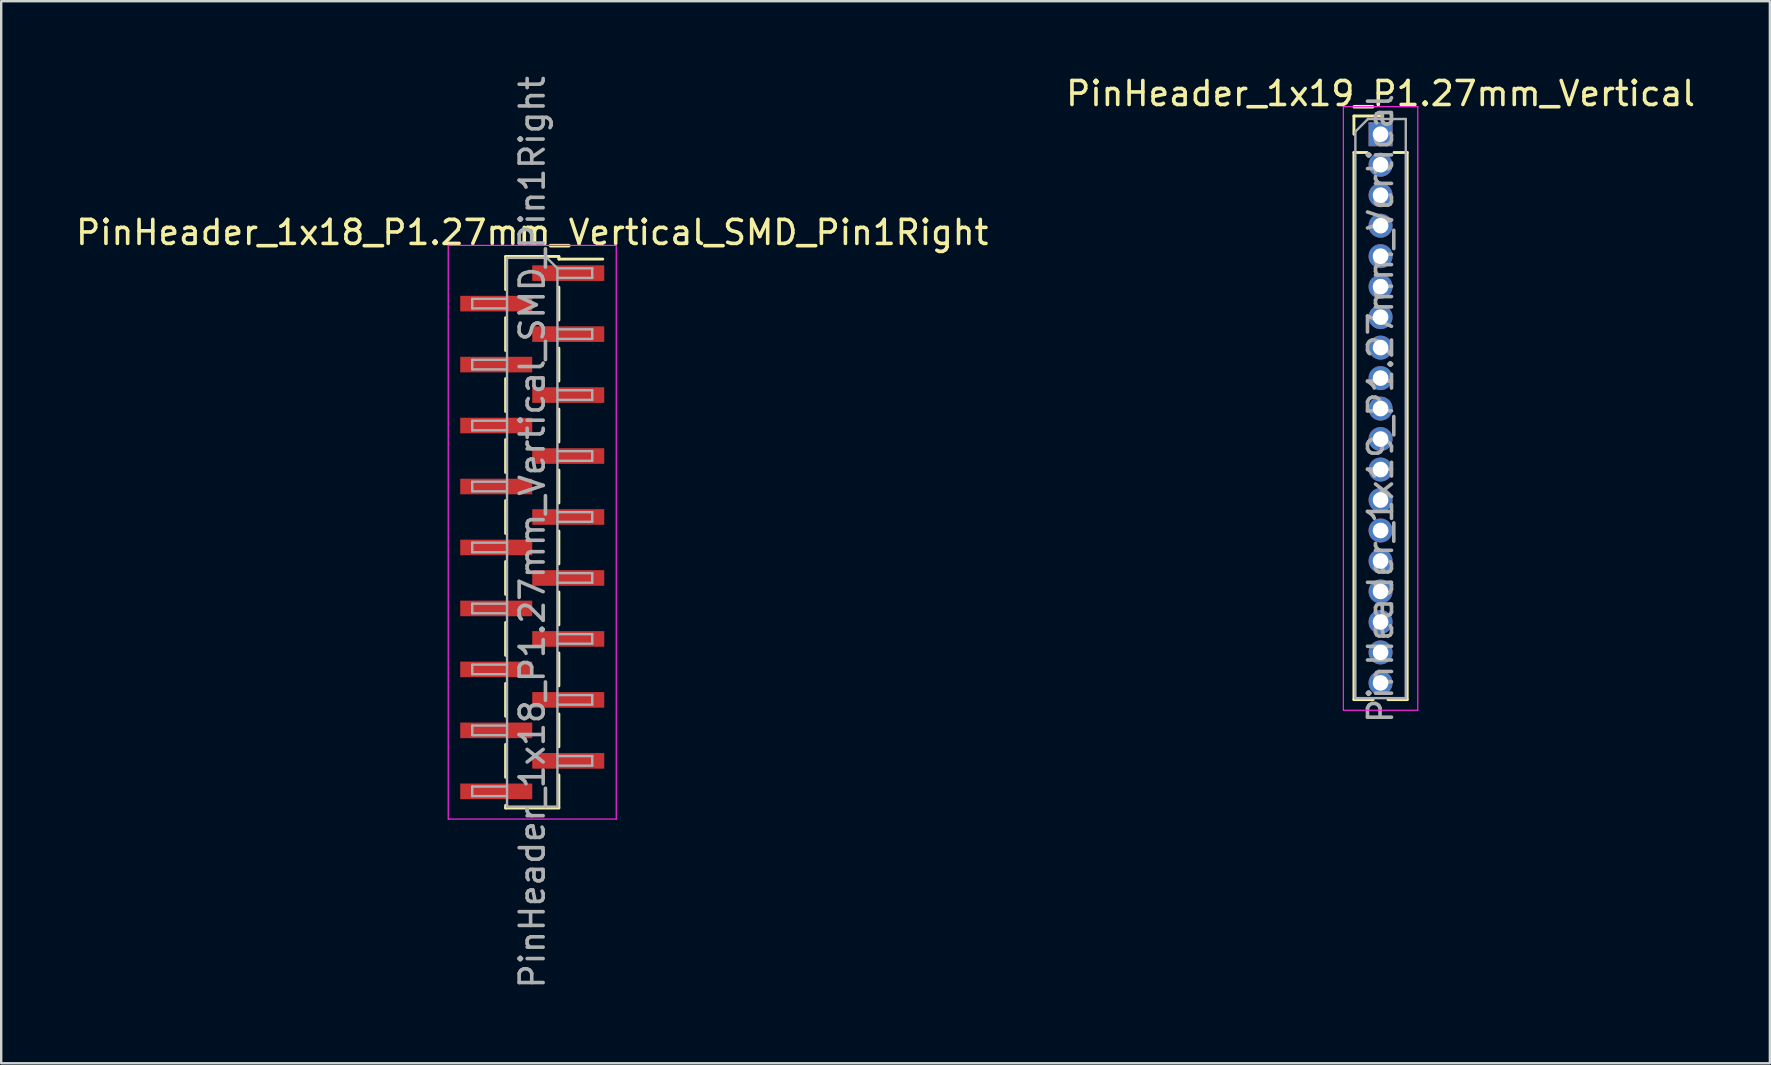
<source format=kicad_pcb>
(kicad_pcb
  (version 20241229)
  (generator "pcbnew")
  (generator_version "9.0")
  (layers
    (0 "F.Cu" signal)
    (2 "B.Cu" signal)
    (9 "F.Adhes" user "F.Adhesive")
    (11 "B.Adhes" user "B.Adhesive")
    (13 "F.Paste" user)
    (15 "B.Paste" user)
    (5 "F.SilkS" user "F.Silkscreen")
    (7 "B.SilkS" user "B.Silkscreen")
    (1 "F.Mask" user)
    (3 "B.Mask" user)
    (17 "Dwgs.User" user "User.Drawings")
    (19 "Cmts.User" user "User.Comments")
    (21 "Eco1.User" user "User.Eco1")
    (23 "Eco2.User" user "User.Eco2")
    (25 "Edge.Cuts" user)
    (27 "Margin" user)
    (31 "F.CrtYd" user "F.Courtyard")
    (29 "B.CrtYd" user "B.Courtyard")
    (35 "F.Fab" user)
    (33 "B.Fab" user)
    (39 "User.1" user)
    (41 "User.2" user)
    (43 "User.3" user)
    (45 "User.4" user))
  (footprint "PinHeader_1x19_P1.27mm_Vertical"
    (layer "F.Cu")
    (at 54.47 2.543)
    (property "Reference" "PinHeader_1x19_P1.27mm_Vertical" (at 0 -1.695 0) (layer "F.SilkS") (effects (font (size 1 1) (thickness 0.15))))
    (attr through_hole)
    (fp_line (start -1.11 -0.76) (end 0 -0.76) (stroke (width 0.12) (type solid)) (layer "F.SilkS"))
    (fp_line (start -1.11 0) (end -1.11 -0.76) (stroke (width 0.12) (type solid)) (layer "F.SilkS"))
    (fp_line (start -1.11 0.76) (end -1.11 23.555) (stroke (width 0.12) (type solid)) (layer "F.SilkS"))
    (fp_line (start -1.11 0.76) (end -0.563 0.76) (stroke (width 0.12) (type solid)) (layer "F.SilkS"))
    (fp_line (start -1.11 23.555) (end -0.308 23.555) (stroke (width 0.12) (type solid)) (layer "F.SilkS"))
    (fp_line (start 0.308 23.555) (end 1.11 23.555) (stroke (width 0.12) (type solid)) (layer "F.SilkS"))
    (fp_line (start 0.563 0.76) (end 1.11 0.76) (stroke (width 0.12) (type solid)) (layer "F.SilkS"))
    (fp_line (start 1.11 0.76) (end 1.11 23.555) (stroke (width 0.12) (type solid)) (layer "F.SilkS"))
    (fp_line (start -1.55 -1.15) (end -1.55 24) (stroke (width 0.05) (type solid)) (layer "F.CrtYd"))
    (fp_line (start -1.55 24) (end 1.55 24) (stroke (width 0.05) (type solid)) (layer "F.CrtYd"))
    (fp_line (start 1.55 -1.15) (end -1.55 -1.15) (stroke (width 0.05) (type solid)) (layer "F.CrtYd"))
    (fp_line (start 1.55 24) (end 1.55 -1.15) (stroke (width 0.05) (type solid)) (layer "F.CrtYd"))
    (fp_line (start -1.05 -0.11) (end -0.525 -0.635) (stroke (width 0.1) (type solid)) (layer "F.Fab"))
    (fp_line (start -1.05 23.495) (end -1.05 -0.11) (stroke (width 0.1) (type solid)) (layer "F.Fab"))
    (fp_line (start -0.525 -0.635) (end 1.05 -0.635) (stroke (width 0.1) (type solid)) (layer "F.Fab"))
    (fp_line (start 1.05 -0.635) (end 1.05 23.495) (stroke (width 0.1) (type solid)) (layer "F.Fab"))
    (fp_line (start 1.05 23.495) (end -1.05 23.495) (stroke (width 0.1) (type solid)) (layer "F.Fab"))
    (fp_text user "${REFERENCE}" (at 0 11.43 90) (layer "F.Fab") (effects (font (size 1 1) (thickness 0.15))))
    (pad "1" thru_hole rect (at 0 0) (size 1 1) (drill 0.65) (layers "*.Cu" "*.Mask"))
    (pad "2" thru_hole oval (at 0 1.27) (size 1 1) (drill 0.65) (layers "*.Cu" "*.Mask"))
    (pad "3" thru_hole oval (at 0 2.54) (size 1 1) (drill 0.65) (layers "*.Cu" "*.Mask"))
    (pad "4" thru_hole oval (at 0 3.81) (size 1 1) (drill 0.65) (layers "*.Cu" "*.Mask"))
    (pad "5" thru_hole oval (at 0 5.08) (size 1 1) (drill 0.65) (layers "*.Cu" "*.Mask"))
    (pad "6" thru_hole oval (at 0 6.35) (size 1 1) (drill 0.65) (layers "*.Cu" "*.Mask"))
    (pad "7" thru_hole oval (at 0 7.62) (size 1 1) (drill 0.65) (layers "*.Cu" "*.Mask"))
    (pad "8" thru_hole oval (at 0 8.89) (size 1 1) (drill 0.65) (layers "*.Cu" "*.Mask"))
    (pad "9" thru_hole oval (at 0 10.16) (size 1 1) (drill 0.65) (layers "*.Cu" "*.Mask"))
    (pad "10" thru_hole oval (at 0 11.43) (size 1 1) (drill 0.65) (layers "*.Cu" "*.Mask"))
    (pad "11" thru_hole oval (at 0 12.7) (size 1 1) (drill 0.65) (layers "*.Cu" "*.Mask"))
    (pad "12" thru_hole oval (at 0 13.97) (size 1 1) (drill 0.65) (layers "*.Cu" "*.Mask"))
    (pad "13" thru_hole oval (at 0 15.24) (size 1 1) (drill 0.65) (layers "*.Cu" "*.Mask"))
    (pad "14" thru_hole oval (at 0 16.51) (size 1 1) (drill 0.65) (layers "*.Cu" "*.Mask"))
    (pad "15" thru_hole oval (at 0 17.78) (size 1 1) (drill 0.65) (layers "*.Cu" "*.Mask"))
    (pad "16" thru_hole oval (at 0 19.05) (size 1 1) (drill 0.65) (layers "*.Cu" "*.Mask"))
    (pad "17" thru_hole oval (at 0 20.32) (size 1 1) (drill 0.65) (layers "*.Cu" "*.Mask"))
    (pad "18" thru_hole oval (at 0 21.59) (size 1 1) (drill 0.65) (layers "*.Cu" "*.Mask"))
    (pad "19" thru_hole oval (at 0 22.86) (size 1 1) (drill 0.65) (layers "*.Cu" "*.Mask")))
  (footprint "PinHeader_1x18_P1.27mm_Vertical_SMD_Pin1Right"
    (layer "F.Cu")
    (at 19.125 19.125)
    (property "Reference" "PinHeader_1x18_P1.27mm_Vertical_SMD_Pin1Right" (at 0 -12.49 0) (layer "F.SilkS") (effects (font (size 1 1) (thickness 0.15))))
    (attr smd)
    (fp_line (start -1.11 -11.49) (end 1.11 -11.49) (stroke (width 0.12) (type solid)) (layer "F.SilkS"))
    (fp_line (start -1.11 -11.48) (end -1.11 -10.11) (stroke (width 0.12) (type solid)) (layer "F.SilkS"))
    (fp_line (start -1.11 -8.94) (end -1.11 -7.57) (stroke (width 0.12) (type solid)) (layer "F.SilkS"))
    (fp_line (start -1.11 -6.4) (end -1.11 -5.03) (stroke (width 0.12) (type solid)) (layer "F.SilkS"))
    (fp_line (start -1.11 -3.86) (end -1.11 -2.49) (stroke (width 0.12) (type solid)) (layer "F.SilkS"))
    (fp_line (start -1.11 -1.32) (end -1.11 0.05) (stroke (width 0.12) (type solid)) (layer "F.SilkS"))
    (fp_line (start -1.11 1.22) (end -1.11 2.59) (stroke (width 0.12) (type solid)) (layer "F.SilkS"))
    (fp_line (start -1.11 3.76) (end -1.11 5.13) (stroke (width 0.12) (type solid)) (layer "F.SilkS"))
    (fp_line (start -1.11 6.3) (end -1.11 7.67) (stroke (width 0.12) (type solid)) (layer "F.SilkS"))
    (fp_line (start -1.11 8.84) (end -1.11 10.21) (stroke (width 0.12) (type solid)) (layer "F.SilkS"))
    (fp_line (start -1.11 11.38) (end -1.11 11.49) (stroke (width 0.12) (type solid)) (layer "F.SilkS"))
    (fp_line (start -1.11 11.49) (end 1.11 11.49) (stroke (width 0.12) (type solid)) (layer "F.SilkS"))
    (fp_line (start 1.11 -11.49) (end 1.11 -11.38) (stroke (width 0.12) (type solid)) (layer "F.SilkS"))
    (fp_line (start 1.11 -11.38) (end 2.94 -11.38) (stroke (width 0.12) (type solid)) (layer "F.SilkS"))
    (fp_line (start 1.11 -10.21) (end 1.11 -8.84) (stroke (width 0.12) (type solid)) (layer "F.SilkS"))
    (fp_line (start 1.11 -7.67) (end 1.11 -6.3) (stroke (width 0.12) (type solid)) (layer "F.SilkS"))
    (fp_line (start 1.11 -5.13) (end 1.11 -3.76) (stroke (width 0.12) (type solid)) (layer "F.SilkS"))
    (fp_line (start 1.11 -2.59) (end 1.11 -1.22) (stroke (width 0.12) (type solid)) (layer "F.SilkS"))
    (fp_line (start 1.11 -0.05) (end 1.11 1.32) (stroke (width 0.12) (type solid)) (layer "F.SilkS"))
    (fp_line (start 1.11 2.49) (end 1.11 3.86) (stroke (width 0.12) (type solid)) (layer "F.SilkS"))
    (fp_line (start 1.11 5.03) (end 1.11 6.4) (stroke (width 0.12) (type solid)) (layer "F.SilkS"))
    (fp_line (start 1.11 7.57) (end 1.11 8.94) (stroke (width 0.12) (type solid)) (layer "F.SilkS"))
    (fp_line (start 1.11 10.11) (end 1.11 11.48) (stroke (width 0.12) (type solid)) (layer "F.SilkS"))
    (fp_line (start -3.5 -11.95) (end -3.5 11.95) (stroke (width 0.05) (type solid)) (layer "F.CrtYd"))
    (fp_line (start -3.5 11.95) (end 3.5 11.95) (stroke (width 0.05) (type solid)) (layer "F.CrtYd"))
    (fp_line (start 3.5 -11.95) (end -3.5 -11.95) (stroke (width 0.05) (type solid)) (layer "F.CrtYd"))
    (fp_line (start 3.5 11.95) (end 3.5 -11.95) (stroke (width 0.05) (type solid)) (layer "F.CrtYd"))
    (fp_line (start -2.5 -9.725) (end -2.5 -9.325) (stroke (width 0.1) (type solid)) (layer "F.Fab"))
    (fp_line (start -2.5 -9.325) (end -1.05 -9.325) (stroke (width 0.1) (type solid)) (layer "F.Fab"))
    (fp_line (start -2.5 -7.185) (end -2.5 -6.785) (stroke (width 0.1) (type solid)) (layer "F.Fab"))
    (fp_line (start -2.5 -6.785) (end -1.05 -6.785) (stroke (width 0.1) (type solid)) (layer "F.Fab"))
    (fp_line (start -2.5 -4.645) (end -2.5 -4.245) (stroke (width 0.1) (type solid)) (layer "F.Fab"))
    (fp_line (start -2.5 -4.245) (end -1.05 -4.245) (stroke (width 0.1) (type solid)) (layer "F.Fab"))
    (fp_line (start -2.5 -2.105) (end -2.5 -1.705) (stroke (width 0.1) (type solid)) (layer "F.Fab"))
    (fp_line (start -2.5 -1.705) (end -1.05 -1.705) (stroke (width 0.1) (type solid)) (layer "F.Fab"))
    (fp_line (start -2.5 0.435) (end -2.5 0.835) (stroke (width 0.1) (type solid)) (layer "F.Fab"))
    (fp_line (start -2.5 0.835) (end -1.05 0.835) (stroke (width 0.1) (type solid)) (layer "F.Fab"))
    (fp_line (start -2.5 2.975) (end -2.5 3.375) (stroke (width 0.1) (type solid)) (layer "F.Fab"))
    (fp_line (start -2.5 3.375) (end -1.05 3.375) (stroke (width 0.1) (type solid)) (layer "F.Fab"))
    (fp_line (start -2.5 5.515) (end -2.5 5.915) (stroke (width 0.1) (type solid)) (layer "F.Fab"))
    (fp_line (start -2.5 5.915) (end -1.05 5.915) (stroke (width 0.1) (type solid)) (layer "F.Fab"))
    (fp_line (start -2.5 8.055) (end -2.5 8.455) (stroke (width 0.1) (type solid)) (layer "F.Fab"))
    (fp_line (start -2.5 8.455) (end -1.05 8.455) (stroke (width 0.1) (type solid)) (layer "F.Fab"))
    (fp_line (start -2.5 10.595) (end -2.5 10.995) (stroke (width 0.1) (type solid)) (layer "F.Fab"))
    (fp_line (start -2.5 10.995) (end -1.05 10.995) (stroke (width 0.1) (type solid)) (layer "F.Fab"))
    (fp_line (start -1.05 -11.43) (end -1.05 11.43) (stroke (width 0.1) (type solid)) (layer "F.Fab"))
    (fp_line (start -1.05 -11.43) (end 0.615 -11.43) (stroke (width 0.1) (type solid)) (layer "F.Fab"))
    (fp_line (start -1.05 -9.725) (end -2.5 -9.725) (stroke (width 0.1) (type solid)) (layer "F.Fab"))
    (fp_line (start -1.05 -7.185) (end -2.5 -7.185) (stroke (width 0.1) (type solid)) (layer "F.Fab"))
    (fp_line (start -1.05 -4.645) (end -2.5 -4.645) (stroke (width 0.1) (type solid)) (layer "F.Fab"))
    (fp_line (start -1.05 -2.105) (end -2.5 -2.105) (stroke (width 0.1) (type solid)) (layer "F.Fab"))
    (fp_line (start -1.05 0.435) (end -2.5 0.435) (stroke (width 0.1) (type solid)) (layer "F.Fab"))
    (fp_line (start -1.05 2.975) (end -2.5 2.975) (stroke (width 0.1) (type solid)) (layer "F.Fab"))
    (fp_line (start -1.05 5.515) (end -2.5 5.515) (stroke (width 0.1) (type solid)) (layer "F.Fab"))
    (fp_line (start -1.05 8.055) (end -2.5 8.055) (stroke (width 0.1) (type solid)) (layer "F.Fab"))
    (fp_line (start -1.05 10.595) (end -2.5 10.595) (stroke (width 0.1) (type solid)) (layer "F.Fab"))
    (fp_line (start 1.05 -10.995) (end 0.615 -11.43) (stroke (width 0.1) (type solid)) (layer "F.Fab"))
    (fp_line (start 1.05 -10.995) (end 2.5 -10.995) (stroke (width 0.1) (type solid)) (layer "F.Fab"))
    (fp_line (start 1.05 -8.455) (end 2.5 -8.455) (stroke (width 0.1) (type solid)) (layer "F.Fab"))
    (fp_line (start 1.05 -5.915) (end 2.5 -5.915) (stroke (width 0.1) (type solid)) (layer "F.Fab"))
    (fp_line (start 1.05 -3.375) (end 2.5 -3.375) (stroke (width 0.1) (type solid)) (layer "F.Fab"))
    (fp_line (start 1.05 -0.835) (end 2.5 -0.835) (stroke (width 0.1) (type solid)) (layer "F.Fab"))
    (fp_line (start 1.05 1.705) (end 2.5 1.705) (stroke (width 0.1) (type solid)) (layer "F.Fab"))
    (fp_line (start 1.05 4.245) (end 2.5 4.245) (stroke (width 0.1) (type solid)) (layer "F.Fab"))
    (fp_line (start 1.05 6.785) (end 2.5 6.785) (stroke (width 0.1) (type solid)) (layer "F.Fab"))
    (fp_line (start 1.05 9.325) (end 2.5 9.325) (stroke (width 0.1) (type solid)) (layer "F.Fab"))
    (fp_line (start 1.05 11.43) (end -1.05 11.43) (stroke (width 0.1) (type solid)) (layer "F.Fab"))
    (fp_line (start 1.05 11.43) (end 1.05 -10.995) (stroke (width 0.1) (type solid)) (layer "F.Fab"))
    (fp_line (start 2.5 -10.995) (end 2.5 -10.595) (stroke (width 0.1) (type solid)) (layer "F.Fab"))
    (fp_line (start 2.5 -10.595) (end 1.05 -10.595) (stroke (width 0.1) (type solid)) (layer "F.Fab"))
    (fp_line (start 2.5 -8.455) (end 2.5 -8.055) (stroke (width 0.1) (type solid)) (layer "F.Fab"))
    (fp_line (start 2.5 -8.055) (end 1.05 -8.055) (stroke (width 0.1) (type solid)) (layer "F.Fab"))
    (fp_line (start 2.5 -5.915) (end 2.5 -5.515) (stroke (width 0.1) (type solid)) (layer "F.Fab"))
    (fp_line (start 2.5 -5.515) (end 1.05 -5.515) (stroke (width 0.1) (type solid)) (layer "F.Fab"))
    (fp_line (start 2.5 -3.375) (end 2.5 -2.975) (stroke (width 0.1) (type solid)) (layer "F.Fab"))
    (fp_line (start 2.5 -2.975) (end 1.05 -2.975) (stroke (width 0.1) (type solid)) (layer "F.Fab"))
    (fp_line (start 2.5 -0.835) (end 2.5 -0.435) (stroke (width 0.1) (type solid)) (layer "F.Fab"))
    (fp_line (start 2.5 -0.435) (end 1.05 -0.435) (stroke (width 0.1) (type solid)) (layer "F.Fab"))
    (fp_line (start 2.5 1.705) (end 2.5 2.105) (stroke (width 0.1) (type solid)) (layer "F.Fab"))
    (fp_line (start 2.5 2.105) (end 1.05 2.105) (stroke (width 0.1) (type solid)) (layer "F.Fab"))
    (fp_line (start 2.5 4.245) (end 2.5 4.645) (stroke (width 0.1) (type solid)) (layer "F.Fab"))
    (fp_line (start 2.5 4.645) (end 1.05 4.645) (stroke (width 0.1) (type solid)) (layer "F.Fab"))
    (fp_line (start 2.5 6.785) (end 2.5 7.185) (stroke (width 0.1) (type solid)) (layer "F.Fab"))
    (fp_line (start 2.5 7.185) (end 1.05 7.185) (stroke (width 0.1) (type solid)) (layer "F.Fab"))
    (fp_line (start 2.5 9.325) (end 2.5 9.725) (stroke (width 0.1) (type solid)) (layer "F.Fab"))
    (fp_line (start 2.5 9.725) (end 1.05 9.725) (stroke (width 0.1) (type solid)) (layer "F.Fab"))
    (fp_text user "${REFERENCE}" (at 0 0 90) (layer "F.Fab") (effects (font (size 1 1) (thickness 0.15))))
    (pad "1" smd rect (at 1.5 -10.795) (size 3 0.65) (layers "F.Cu" "F.Mask" "F.Paste"))
    (pad "2" smd rect (at -1.5 -9.525) (size 3 0.65) (layers "F.Cu" "F.Mask" "F.Paste"))
    (pad "3" smd rect (at 1.5 -8.255) (size 3 0.65) (layers "F.Cu" "F.Mask" "F.Paste"))
    (pad "4" smd rect (at -1.5 -6.985) (size 3 0.65) (layers "F.Cu" "F.Mask" "F.Paste"))
    (pad "5" smd rect (at 1.5 -5.715) (size 3 0.65) (layers "F.Cu" "F.Mask" "F.Paste"))
    (pad "6" smd rect (at -1.5 -4.445) (size 3 0.65) (layers "F.Cu" "F.Mask" "F.Paste"))
    (pad "7" smd rect (at 1.5 -3.175) (size 3 0.65) (layers "F.Cu" "F.Mask" "F.Paste"))
    (pad "8" smd rect (at -1.5 -1.905) (size 3 0.65) (layers "F.Cu" "F.Mask" "F.Paste"))
    (pad "9" smd rect (at 1.5 -0.635) (size 3 0.65) (layers "F.Cu" "F.Mask" "F.Paste"))
    (pad "10" smd rect (at -1.5 0.635) (size 3 0.65) (layers "F.Cu" "F.Mask" "F.Paste"))
    (pad "11" smd rect (at 1.5 1.905) (size 3 0.65) (layers "F.Cu" "F.Mask" "F.Paste"))
    (pad "12" smd rect (at -1.5 3.175) (size 3 0.65) (layers "F.Cu" "F.Mask" "F.Paste"))
    (pad "13" smd rect (at 1.5 4.445) (size 3 0.65) (layers "F.Cu" "F.Mask" "F.Paste"))
    (pad "14" smd rect (at -1.5 5.715) (size 3 0.65) (layers "F.Cu" "F.Mask" "F.Paste"))
    (pad "15" smd rect (at 1.5 6.985) (size 3 0.65) (layers "F.Cu" "F.Mask" "F.Paste"))
    (pad "16" smd rect (at -1.5 8.255) (size 3 0.65) (layers "F.Cu" "F.Mask" "F.Paste"))
    (pad "17" smd rect (at 1.5 9.525) (size 3 0.65) (layers "F.Cu" "F.Mask" "F.Paste"))
    (pad "18" smd rect (at -1.5 10.795) (size 3 0.65) (layers "F.Cu" "F.Mask" "F.Paste")))
  (gr_rect
    (start -3 -3)
    (end 70.69 41.25)
    (stroke (width 0.1) (type default))
    (fill no)
    (layer "Edge.Cuts")))
</source>
